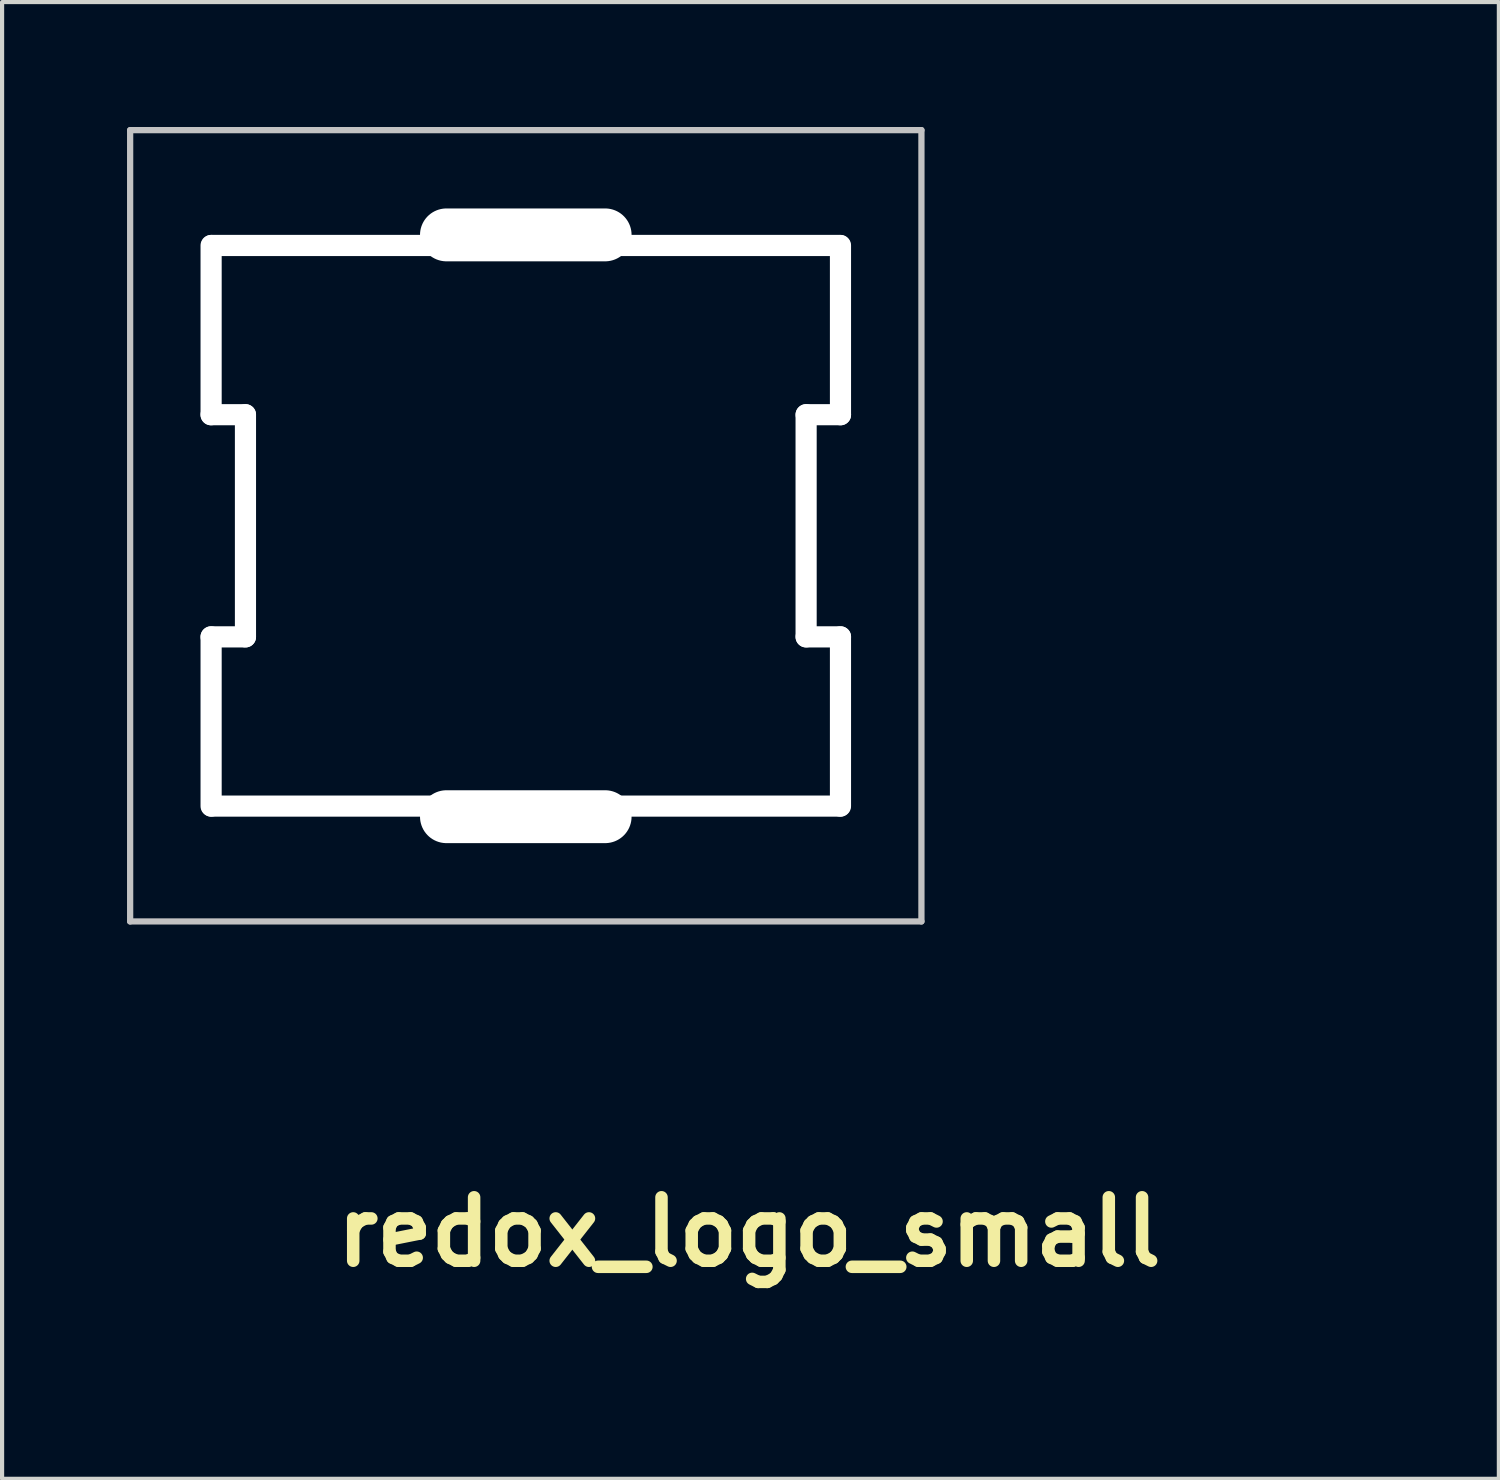
<source format=kicad_pcb>
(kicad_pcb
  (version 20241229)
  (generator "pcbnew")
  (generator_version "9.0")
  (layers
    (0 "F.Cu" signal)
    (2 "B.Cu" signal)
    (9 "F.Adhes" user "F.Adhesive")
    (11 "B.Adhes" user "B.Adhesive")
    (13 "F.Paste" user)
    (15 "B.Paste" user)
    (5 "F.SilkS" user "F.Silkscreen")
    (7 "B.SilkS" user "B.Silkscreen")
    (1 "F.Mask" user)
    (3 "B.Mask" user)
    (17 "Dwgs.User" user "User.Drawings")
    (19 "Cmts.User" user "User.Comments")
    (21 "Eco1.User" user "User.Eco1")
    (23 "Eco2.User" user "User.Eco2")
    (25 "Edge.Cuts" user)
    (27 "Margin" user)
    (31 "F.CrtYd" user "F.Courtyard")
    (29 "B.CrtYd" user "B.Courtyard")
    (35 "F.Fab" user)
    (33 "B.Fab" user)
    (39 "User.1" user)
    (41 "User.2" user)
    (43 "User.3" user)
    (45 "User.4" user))
  (footprint "MX_Switch_Cutout"
    (layer "F.Cu")
    (at 9.575 9.575)
    (property "Reference" "MX_Switch_Cutout" (at 0.25 10.05 0) (layer "Eco2.User") (effects (font (size 1 1) (thickness 0.15))))
    (attr through_hole)
    (fp_line (start -9.5 -9.5) (end 9.5 -9.5) (stroke (width 0.15) (type solid)) (layer "Dwgs.User"))
    (fp_line (start -9.5 9.5) (end -9.5 -9.5) (stroke (width 0.15) (type solid)) (layer "Dwgs.User"))
    (fp_line (start 9.5 -9.5) (end 9.5 9.5) (stroke (width 0.15) (type solid)) (layer "Dwgs.User"))
    (fp_line (start 9.5 9.5) (end -9.5 9.5) (stroke (width 0.15) (type solid)) (layer "Dwgs.User"))
    (pad "" np_thru_hole oval (at -7.556 -4.699) (size 0.508 4.572) (drill oval 0.508 4.572) (layers "*.Cu" "*.Mask"))
    (pad "" np_thru_hole oval (at -7.556 4.699) (size 0.508 4.572) (drill oval 0.508 4.572) (layers "*.Cu" "*.Mask"))
    (pad "" np_thru_hole oval (at -7.144 -2.667) (size 1.333 0.508) (drill oval 1.333 0.508) (layers "*.Cu" "*.Mask"))
    (pad "" np_thru_hole oval (at -7.144 2.667) (size 1.333 0.508) (drill oval 1.333 0.508) (layers "*.Cu" "*.Mask"))
    (pad "" np_thru_hole oval (at -6.731 0) (size 0.508 5.842) (drill oval 0.508 5.842) (layers "*.Cu" "*.Mask"))
    (pad "" np_thru_hole oval (at 0 -6.985) (size 5.08 1.27) (drill oval 5.08 1.27) (layers "*.Cu" "*.Mask"))
    (pad "" np_thru_hole oval (at 0 -6.731) (size 15.596 0.508) (drill oval 15.596 0.508) (layers "*.Cu" "*.Mask"))
    (pad "" np_thru_hole oval (at 0 6.731) (size 15.596 0.508) (drill oval 15.596 0.508) (layers "*.Cu" "*.Mask"))
    (pad "" np_thru_hole oval (at 0 6.985) (size 5.08 1.27) (drill oval 5.08 1.27) (layers "*.Cu" "*.Mask"))
    (pad "" np_thru_hole oval (at 6.731 0) (size 0.508 5.842) (drill oval 0.508 5.842) (layers "*.Cu" "*.Mask"))
    (pad "" np_thru_hole oval (at 7.144 -2.667) (size 1.333 0.508) (drill oval 1.333 0.508) (layers "*.Cu" "*.Mask"))
    (pad "" np_thru_hole oval (at 7.144 2.667) (size 1.333 0.508) (drill oval 1.333 0.508) (layers "*.Cu" "*.Mask"))
    (pad "" np_thru_hole oval (at 7.556 -4.699) (size 0.508 4.572) (drill oval 0.508 4.572) (layers "*.Cu" "*.Mask"))
    (pad "" np_thru_hole oval (at 7.556 4.699) (size 0.508 4.572) (drill oval 0.508 4.572) (layers "*.Cu" "*.Mask")))
  (footprint "redox_logo_small"
    (layer "F.Cu")
    (at 14.938 26.533)
    (property "Reference" "redox_logo_small" (at 0 0 0) (layer "F.SilkS") (effects (font (size 1.524 1.524) (thickness 0.3))))
    (attr through_hole)
    (fp_poly (pts (xy 2.739 -0.754) (xy 3.218 -0.522) (xy 3.342 -0.004) (xy 3.16 0.569) (xy 2.727 0.753) (xy 2.216 0.488) (xy 2.151 0.416) (xy 1.926 -0.145) (xy 2.119 -0.596) (xy 2.644 -0.763) (xy 2.739 -0.754)) (stroke (width 0.01) (type solid)) (fill no) (layer "Eco2.User"))
    (fp_poly (pts (xy 9.453 -2.745) (xy 9.503 -2.227) (xy 9.24 -1.491) (xy 9.009 -1.1) (xy 8.33 -0.075) (xy 8.969 0.965) (xy 9.453 1.849) (xy 9.584 2.389) (xy 9.368 2.639) (xy 9.091 2.674) (xy 8.653 2.589) (xy 8.55 2.473) (xy 8.398 2.137) (xy 8.059 1.642) (xy 7.574 1.011) (xy 7.004 1.976) (xy 6.475 2.704) (xy 6.052 2.921) (xy 5.745 2.623) (xy 5.721 2.565) (xy 5.769 2.132) (xy 6.055 1.461) (xy 6.264 1.1) (xy 6.666 0.435) (xy 6.914 -0.027) (xy 6.952 -0.134) (xy 6.821 -0.425) (xy 6.488 -1.004) (xy 6.26 -1.373) (xy 5.865 -2.124) (xy 5.769 -2.619) (xy 5.815 -2.713) (xy 6.265 -2.852) (xy 6.773 -2.571) (xy 7.177 -1.991) (xy 7.494 -1.465) (xy 7.802 -1.421) (xy 8.18 -1.868) (xy 8.343 -2.141) (xy 8.726 -2.681) (xy 9.058 -2.938) (xy 9.086 -2.941) (xy 9.453 -2.745)) (stroke (width 0.01) (type solid)) (fill no) (layer "Eco2.User"))
    (fp_poly (pts (xy 13.606 -2.368) (xy 14.313 -1.949) (xy 14.689 -1.575) (xy 14.852 -1.054) (xy 14.918 -0.202) (xy 14.998 1.277) (xy 13.748 1.975) (xy 13.02 2.366) (xy 12.493 2.618) (xy 12.332 2.671) (xy 12.024 2.543) (xy 11.426 2.22) (xy 11.029 1.988) (xy 10.386 1.578) (xy 10.287 1.471) (xy 11.497 1.471) (xy 11.631 1.604) (xy 11.764 1.471) (xy 11.631 1.337) (xy 11.497 1.471) (xy 10.287 1.471) (xy 10.048 1.214) (xy 10.045 1.203) (xy 10.962 1.203) (xy 11.096 1.337) (xy 11.229 1.203) (xy 11.096 1.069) (xy 10.962 1.203) (xy 10.045 1.203) (xy 9.916 0.707) (xy 9.893 -0.131) (xy 9.893 -0.187) (xy 10.427 -0.187) (xy 10.529 0.327) (xy 10.764 0.389) (xy 11.177 0.448) (xy 11.805 0.753) (xy 12.032 0.899) (xy 12.669 1.273) (xy 13.142 1.44) (xy 13.233 1.434) (xy 13.374 1.133) (xy 13.456 0.462) (xy 13.466 -0.176) (xy 13.393 -1.144) (xy 13.21 -1.706) (xy 12.961 -1.945) (xy 12.637 -2.073) (xy 12.673 -1.916) (xy 12.567 -1.651) (xy 12.135 -1.298) (xy 11.55 -0.957) (xy 10.987 -0.726) (xy 10.619 -0.706) (xy 10.594 -0.724) (xy 10.473 -0.625) (xy 10.427 -0.187) (xy 9.893 -0.187) (xy 9.893 -0.216) (xy 9.893 -1.203) (xy 10.427 -1.203) (xy 10.561 -1.069) (xy 10.695 -1.203) (xy 10.561 -1.337) (xy 10.427 -1.203) (xy 9.893 -1.203) (xy 9.893 -1.739) (xy 10.395 -2.005) (xy 11.764 -2.005) (xy 11.898 -1.872) (xy 12.032 -2.005) (xy 11.898 -2.139) (xy 11.764 -2.005) (xy 10.395 -2.005) (xy 11.133 -2.397) (xy 12.374 -3.055) (xy 13.606 -2.368)) (stroke (width 0.01) (type solid)) (fill no) (layer "Eco2.User"))
    (fp_poly (pts (xy -13.579 -2.791) (xy -12.157 -2.591) (xy -11.127 -2.033) (xy -10.531 -1.203) (xy -10.299 -0.784) (xy -10.176 -0.777) (xy -10.17 -0.832) (xy -9.985 -1.304) (xy -9.547 -1.876) (xy -9.495 -1.929) (xy -9.153 -2.226) (xy -8.756 -2.43) (xy -8.187 -2.565) (xy -7.329 -2.659) (xy -6.067 -2.739) (xy -5.895 -2.748) (xy -4.106 -2.801) (xy -2.758 -2.734) (xy -1.766 -2.531) (xy -1.046 -2.175) (xy -0.547 -1.693) (xy 0 -0.997) (xy 0.552 -1.699) (xy 1.41 -2.424) (xy 2.415 -2.731) (xy 3.45 -2.657) (xy 4.397 -2.242) (xy 5.14 -1.525) (xy 5.561 -0.546) (xy 5.615 0) (xy 5.387 1.09) (xy 4.783 1.936) (xy 3.918 2.5) (xy 2.91 2.74) (xy 1.877 2.62) (xy 0.934 2.098) (xy 0.552 1.699) (xy 0 0.997) (xy -0.549 1.695) (xy -1.13 2.226) (xy -1.947 2.587) (xy -3.081 2.795) (xy -4.611 2.869) (xy -5.75 2.856) (xy -7.271 2.779) (xy -8.356 2.615) (xy -9.104 2.327) (xy -9.546 1.938) (xy -3.743 1.938) (xy -2.874 1.771) (xy -2.111 1.48) (xy -1.537 1.039) (xy -1.112 0.206) (xy -1.129 0) (xy 1.069 0) (xy 1.289 0.837) (xy 1.848 1.411) (xy 2.597 1.674) (xy 3.389 1.579) (xy 4.075 1.079) (xy 4.152 0.977) (xy 4.513 0.157) (xy 4.362 -0.622) (xy 4.061 -1.073) (xy 3.379 -1.561) (xy 2.585 -1.639) (xy 1.834 -1.362) (xy 1.277 -0.787) (xy 1.069 0) (xy -1.129 0) (xy -1.177 -0.587) (xy -1.692 -1.251) (xy -2.614 -1.702) (xy -2.892 -1.768) (xy -3.743 -1.938) (xy -3.743 1.938) (xy -9.546 1.938) (xy -9.613 1.88) (xy -9.964 1.27) (xy -10.201 0.921) (xy -8.925 0.921) (xy -8.456 1.413) (xy -7.515 1.728) (xy -6.139 1.853) (xy -6.083 1.853) (xy -5.218 1.85) (xy -4.759 1.775) (xy -4.578 1.568) (xy -4.545 1.168) (xy -4.545 1.136) (xy -4.544 0.401) (xy -6.802 0.487) (xy -7.944 0.551) (xy -8.625 0.647) (xy -8.915 0.789) (xy -8.925 0.921) (xy -10.201 0.921) (xy -10.328 0.733) (xy -10.9 0.544) (xy -11.17 0.535) (xy -11.749 0.57) (xy -11.901 0.737) (xy -11.772 1.055) (xy -11.432 1.549) (xy -11.228 1.739) (xy -10.967 2.121) (xy -11.085 2.516) (xy -11.46 2.674) (xy -11.907 2.463) (xy -12.457 1.924) (xy -12.7 1.604) (xy -13.172 0.981) (xy -13.543 0.596) (xy -13.657 0.535) (xy -13.807 0.773) (xy -13.927 1.37) (xy -13.955 1.65) (xy -14.098 2.391) (xy -14.349 2.837) (xy -14.635 2.906) (xy -14.849 2.609) (xy -14.905 2.188) (xy -14.933 1.374) (xy -14.93 0.307) (xy -14.916 -0.287) (xy -14.888 -1.203) (xy -13.903 -1.203) (xy -13.853 -0.791) (xy -13.608 -0.595) (xy -13.025 -0.537) (xy -12.7 -0.535) (xy -11.982 -0.586) (xy -11.552 -0.717) (xy -11.513 -0.773) (xy -8.884 -0.773) (xy -8.634 -0.673) (xy -8.01 -0.605) (xy -6.932 -0.536) (xy -6.915 -0.535) (xy -5.885 -0.478) (xy -5.086 -0.442) (xy -4.645 -0.432) (xy -4.599 -0.436) (xy -4.598 -0.687) (xy -4.702 -1.201) (xy -4.835 -1.607) (xy -5.064 -1.813) (xy -5.532 -1.867) (xy -6.383 -1.822) (xy -6.443 -1.818) (xy -7.744 -1.608) (xy -8.562 -1.199) (xy -8.576 -1.187) (xy -8.838 -0.933) (xy -8.884 -0.773) (xy -11.513 -0.773) (xy -11.497 -0.795) (xy -11.719 -1.089) (xy -12.251 -1.438) (xy -12.896 -1.734) (xy -13.456 -1.871) (xy -13.489 -1.872) (xy -13.825 -1.641) (xy -13.903 -1.203) (xy -14.888 -1.203) (xy -14.839 -2.807) (xy -13.579 -2.791)) (stroke (width 0.01) (type solid)) (fill no) (layer "Eco2.User")))
  (gr_rect
    (start -3 -3)
    (end 32.94 32.459)
    (stroke (width 0.1) (type default))
    (fill no)
    (layer "Edge.Cuts")))
</source>
